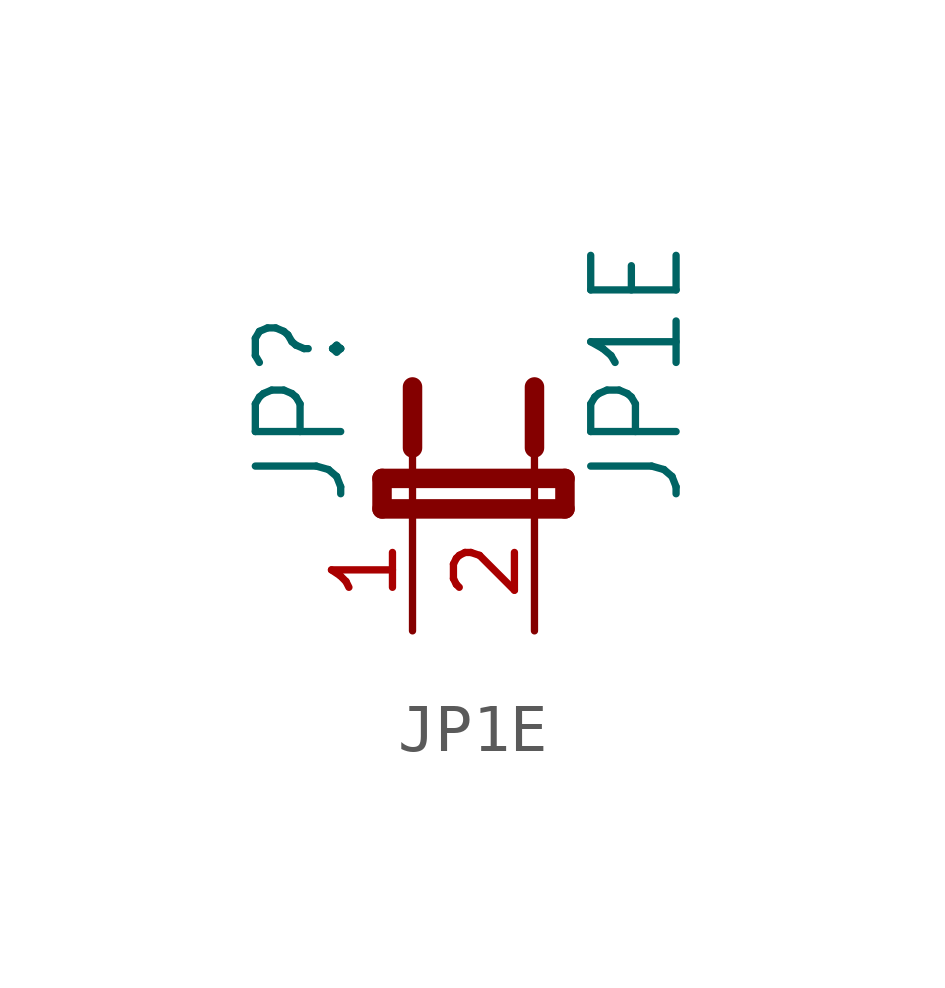
<source format=kicad_sym>
(kicad_symbol_lib
  (version 20220914)
  (generator kicad_symbol_editor)
  (symbol "JP1E"
    (property "Reference" "JP"
      (at -1.27 0 90)
      (effects (font (size 1.778 1.511)) (justify left bottom)))
    (property "Value" "JP1E"
      (at 5.715 0 90)
      (effects (font (size 1.778 1.511)) (justify left bottom)))
    (property "ki_locked" ""
      (at 0 0 0)
      (effects (font (size 1.27 1.27))))
    (symbol "JP1E_1_0"
      (polyline (pts (xy -0.635 0) (xy 3.175 0)) (stroke (width 0.406) (type default)) (fill (type none)))
      (polyline (pts (xy -0.635 0.635) (xy -0.635 0)) (stroke (width 0.406) (type default)) (fill (type none)))
      (polyline (pts (xy 0 0) (xy 0 1.27)) (stroke (width 0.152) (type default)) (fill (type none)))
      (polyline (pts (xy 0 2.54) (xy 0 1.27)) (stroke (width 0.406) (type default)) (fill (type none)))
      (polyline (pts (xy 2.54 0) (xy 2.54 1.27)) (stroke (width 0.152) (type default)) (fill (type none)))
      (polyline (pts (xy 2.54 2.54) (xy 2.54 1.27)) (stroke (width 0.406) (type default)) (fill (type none)))
      (polyline (pts (xy 3.175 0) (xy 3.175 0.635)) (stroke (width 0.406) (type default)) (fill (type none)))
      (polyline (pts (xy 3.175 0.635) (xy -0.635 0.635)) (stroke (width 0.406) (type default)) (fill (type none)))
      (pin passive line (at 0 -2.54 90) (length 2.54) (name "1" (effects (font (size 0 0)))) (number "1" (effects (font (size 1.27 1.27)))))
      (pin passive line (at 2.54 -2.54 90) (length 2.54) (name "2" (effects (font (size 0 0)))) (number "2" (effects (font (size 1.27 1.27))))))))
</source>
